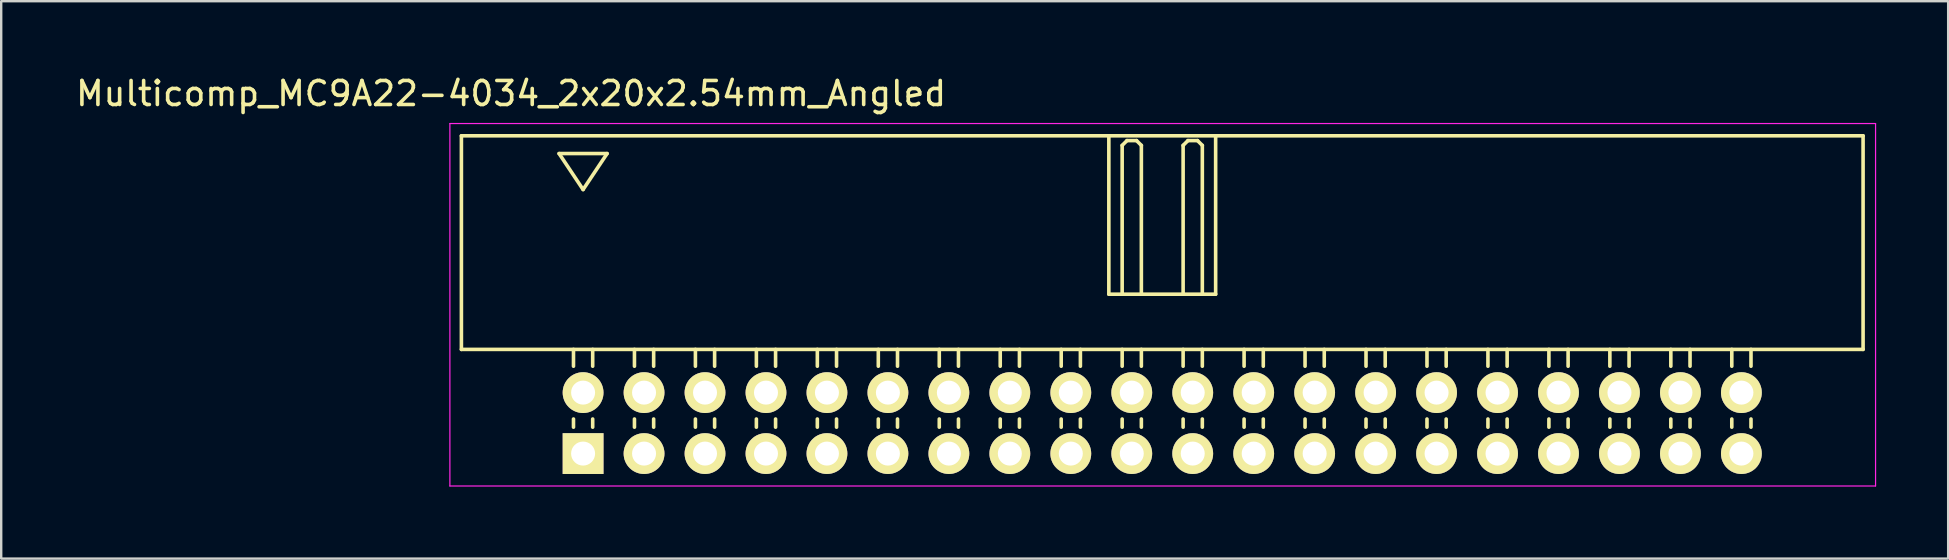
<source format=kicad_pcb>
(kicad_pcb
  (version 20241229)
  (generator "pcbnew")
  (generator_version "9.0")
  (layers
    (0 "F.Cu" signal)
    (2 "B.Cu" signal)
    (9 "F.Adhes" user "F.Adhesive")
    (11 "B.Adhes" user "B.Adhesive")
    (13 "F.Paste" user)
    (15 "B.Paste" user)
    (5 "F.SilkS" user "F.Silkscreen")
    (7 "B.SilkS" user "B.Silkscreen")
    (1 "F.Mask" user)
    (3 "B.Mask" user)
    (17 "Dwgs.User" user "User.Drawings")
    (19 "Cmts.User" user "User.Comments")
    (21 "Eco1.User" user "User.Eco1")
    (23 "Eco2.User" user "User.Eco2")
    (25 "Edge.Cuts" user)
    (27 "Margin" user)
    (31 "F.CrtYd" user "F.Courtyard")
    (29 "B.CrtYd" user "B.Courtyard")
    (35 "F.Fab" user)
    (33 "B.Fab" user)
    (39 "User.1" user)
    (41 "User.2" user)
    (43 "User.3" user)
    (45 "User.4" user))
  (footprint "Multicomp_MC9A22-4034_2x20x2.54mm_Angled"
    (layer "F.Cu")
    (at 21.244 15.848)
    (property "Reference" "Multicomp_MC9A22-4034_2x20x2.54mm_Angled" (at -3 -15 0) (layer "F.SilkS") (effects (font (size 1 1) (thickness 0.15))))
    (attr through_hole)
    (fp_line (start -5.07 -13.24) (end 53.33 -13.24) (stroke (width 0.15) (type solid)) (layer "F.SilkS"))
    (fp_line (start -5.07 -4.34) (end -5.07 -13.24) (stroke (width 0.15) (type solid)) (layer "F.SilkS"))
    (fp_line (start -1 -12.5) (end 1 -12.5) (stroke (width 0.15) (type solid)) (layer "F.SilkS"))
    (fp_line (start -0.4 -3.64) (end -0.4 -4.34) (stroke (width 0.15) (type solid)) (layer "F.SilkS"))
    (fp_line (start -0.4 -1.1) (end -0.4 -1.44) (stroke (width 0.15) (type solid)) (layer "F.SilkS"))
    (fp_line (start 0 -11) (end -1 -12.5) (stroke (width 0.15) (type solid)) (layer "F.SilkS"))
    (fp_line (start 0.4 -3.64) (end 0.4 -4.34) (stroke (width 0.15) (type solid)) (layer "F.SilkS"))
    (fp_line (start 0.4 -1.1) (end 0.4 -1.44) (stroke (width 0.15) (type solid)) (layer "F.SilkS"))
    (fp_line (start 1 -12.5) (end 0 -11) (stroke (width 0.15) (type solid)) (layer "F.SilkS"))
    (fp_line (start 2.14 -3.64) (end 2.14 -4.34) (stroke (width 0.15) (type solid)) (layer "F.SilkS"))
    (fp_line (start 2.14 -1.1) (end 2.14 -1.44) (stroke (width 0.15) (type solid)) (layer "F.SilkS"))
    (fp_line (start 2.94 -3.64) (end 2.94 -4.34) (stroke (width 0.15) (type solid)) (layer "F.SilkS"))
    (fp_line (start 2.94 -1.1) (end 2.94 -1.44) (stroke (width 0.15) (type solid)) (layer "F.SilkS"))
    (fp_line (start 4.68 -3.64) (end 4.68 -4.34) (stroke (width 0.15) (type solid)) (layer "F.SilkS"))
    (fp_line (start 4.68 -1.1) (end 4.68 -1.44) (stroke (width 0.15) (type solid)) (layer "F.SilkS"))
    (fp_line (start 5.48 -3.64) (end 5.48 -4.34) (stroke (width 0.15) (type solid)) (layer "F.SilkS"))
    (fp_line (start 5.48 -1.1) (end 5.48 -1.44) (stroke (width 0.15) (type solid)) (layer "F.SilkS"))
    (fp_line (start 7.22 -3.64) (end 7.22 -4.34) (stroke (width 0.15) (type solid)) (layer "F.SilkS"))
    (fp_line (start 7.22 -1.1) (end 7.22 -1.44) (stroke (width 0.15) (type solid)) (layer "F.SilkS"))
    (fp_line (start 8.02 -3.64) (end 8.02 -4.34) (stroke (width 0.15) (type solid)) (layer "F.SilkS"))
    (fp_line (start 8.02 -1.1) (end 8.02 -1.44) (stroke (width 0.15) (type solid)) (layer "F.SilkS"))
    (fp_line (start 9.76 -3.64) (end 9.76 -4.34) (stroke (width 0.15) (type solid)) (layer "F.SilkS"))
    (fp_line (start 9.76 -1.1) (end 9.76 -1.44) (stroke (width 0.15) (type solid)) (layer "F.SilkS"))
    (fp_line (start 10.56 -3.64) (end 10.56 -4.34) (stroke (width 0.15) (type solid)) (layer "F.SilkS"))
    (fp_line (start 10.56 -1.1) (end 10.56 -1.44) (stroke (width 0.15) (type solid)) (layer "F.SilkS"))
    (fp_line (start 12.3 -3.64) (end 12.3 -4.34) (stroke (width 0.15) (type solid)) (layer "F.SilkS"))
    (fp_line (start 12.3 -1.1) (end 12.3 -1.44) (stroke (width 0.15) (type solid)) (layer "F.SilkS"))
    (fp_line (start 13.1 -3.64) (end 13.1 -4.34) (stroke (width 0.15) (type solid)) (layer "F.SilkS"))
    (fp_line (start 13.1 -1.1) (end 13.1 -1.44) (stroke (width 0.15) (type solid)) (layer "F.SilkS"))
    (fp_line (start 14.84 -3.64) (end 14.84 -4.34) (stroke (width 0.15) (type solid)) (layer "F.SilkS"))
    (fp_line (start 14.84 -1.1) (end 14.84 -1.44) (stroke (width 0.15) (type solid)) (layer "F.SilkS"))
    (fp_line (start 15.64 -3.64) (end 15.64 -4.34) (stroke (width 0.15) (type solid)) (layer "F.SilkS"))
    (fp_line (start 15.64 -1.1) (end 15.64 -1.44) (stroke (width 0.15) (type solid)) (layer "F.SilkS"))
    (fp_line (start 17.38 -3.64) (end 17.38 -4.34) (stroke (width 0.15) (type solid)) (layer "F.SilkS"))
    (fp_line (start 17.38 -1.1) (end 17.38 -1.44) (stroke (width 0.15) (type solid)) (layer "F.SilkS"))
    (fp_line (start 18.18 -3.64) (end 18.18 -4.34) (stroke (width 0.15) (type solid)) (layer "F.SilkS"))
    (fp_line (start 18.18 -1.1) (end 18.18 -1.44) (stroke (width 0.15) (type solid)) (layer "F.SilkS"))
    (fp_line (start 19.92 -3.64) (end 19.92 -4.34) (stroke (width 0.15) (type solid)) (layer "F.SilkS"))
    (fp_line (start 19.92 -1.1) (end 19.92 -1.44) (stroke (width 0.15) (type solid)) (layer "F.SilkS"))
    (fp_line (start 20.72 -3.64) (end 20.72 -4.34) (stroke (width 0.15) (type solid)) (layer "F.SilkS"))
    (fp_line (start 20.72 -1.1) (end 20.72 -1.44) (stroke (width 0.15) (type solid)) (layer "F.SilkS"))
    (fp_line (start 21.905 -13.24) (end 21.905 -6.64) (stroke (width 0.15) (type solid)) (layer "F.SilkS"))
    (fp_line (start 21.905 -6.64) (end 26.355 -6.64) (stroke (width 0.15) (type solid)) (layer "F.SilkS"))
    (fp_line (start 22.46 -12.84) (end 22.66 -13.04) (stroke (width 0.15) (type solid)) (layer "F.SilkS"))
    (fp_line (start 22.46 -6.64) (end 22.46 -12.84) (stroke (width 0.15) (type solid)) (layer "F.SilkS"))
    (fp_line (start 22.46 -3.64) (end 22.46 -4.34) (stroke (width 0.15) (type solid)) (layer "F.SilkS"))
    (fp_line (start 22.46 -1.1) (end 22.46 -1.44) (stroke (width 0.15) (type solid)) (layer "F.SilkS"))
    (fp_line (start 22.66 -13.04) (end 23.06 -13.04) (stroke (width 0.15) (type solid)) (layer "F.SilkS"))
    (fp_line (start 23.06 -13.04) (end 23.26 -12.84) (stroke (width 0.15) (type solid)) (layer "F.SilkS"))
    (fp_line (start 23.26 -12.84) (end 23.26 -6.64) (stroke (width 0.15) (type solid)) (layer "F.SilkS"))
    (fp_line (start 23.26 -3.64) (end 23.26 -4.34) (stroke (width 0.15) (type solid)) (layer "F.SilkS"))
    (fp_line (start 23.26 -1.1) (end 23.26 -1.44) (stroke (width 0.15) (type solid)) (layer "F.SilkS"))
    (fp_line (start 25 -12.84) (end 25.2 -13.04) (stroke (width 0.15) (type solid)) (layer "F.SilkS"))
    (fp_line (start 25 -6.64) (end 25 -12.84) (stroke (width 0.15) (type solid)) (layer "F.SilkS"))
    (fp_line (start 25 -3.64) (end 25 -4.34) (stroke (width 0.15) (type solid)) (layer "F.SilkS"))
    (fp_line (start 25 -1.1) (end 25 -1.44) (stroke (width 0.15) (type solid)) (layer "F.SilkS"))
    (fp_line (start 25.2 -13.04) (end 25.6 -13.04) (stroke (width 0.15) (type solid)) (layer "F.SilkS"))
    (fp_line (start 25.6 -13.04) (end 25.8 -12.84) (stroke (width 0.15) (type solid)) (layer "F.SilkS"))
    (fp_line (start 25.8 -12.84) (end 25.8 -6.64) (stroke (width 0.15) (type solid)) (layer "F.SilkS"))
    (fp_line (start 25.8 -3.64) (end 25.8 -4.34) (stroke (width 0.15) (type solid)) (layer "F.SilkS"))
    (fp_line (start 25.8 -1.1) (end 25.8 -1.44) (stroke (width 0.15) (type solid)) (layer "F.SilkS"))
    (fp_line (start 26.355 -6.64) (end 26.355 -13.24) (stroke (width 0.15) (type solid)) (layer "F.SilkS"))
    (fp_line (start 27.54 -3.64) (end 27.54 -4.34) (stroke (width 0.15) (type solid)) (layer "F.SilkS"))
    (fp_line (start 27.54 -1.1) (end 27.54 -1.44) (stroke (width 0.15) (type solid)) (layer "F.SilkS"))
    (fp_line (start 28.34 -3.64) (end 28.34 -4.34) (stroke (width 0.15) (type solid)) (layer "F.SilkS"))
    (fp_line (start 28.34 -1.1) (end 28.34 -1.44) (stroke (width 0.15) (type solid)) (layer "F.SilkS"))
    (fp_line (start 30.08 -3.64) (end 30.08 -4.34) (stroke (width 0.15) (type solid)) (layer "F.SilkS"))
    (fp_line (start 30.08 -1.1) (end 30.08 -1.44) (stroke (width 0.15) (type solid)) (layer "F.SilkS"))
    (fp_line (start 30.88 -3.64) (end 30.88 -4.34) (stroke (width 0.15) (type solid)) (layer "F.SilkS"))
    (fp_line (start 30.88 -1.1) (end 30.88 -1.44) (stroke (width 0.15) (type solid)) (layer "F.SilkS"))
    (fp_line (start 32.62 -3.64) (end 32.62 -4.34) (stroke (width 0.15) (type solid)) (layer "F.SilkS"))
    (fp_line (start 32.62 -1.1) (end 32.62 -1.44) (stroke (width 0.15) (type solid)) (layer "F.SilkS"))
    (fp_line (start 33.42 -3.64) (end 33.42 -4.34) (stroke (width 0.15) (type solid)) (layer "F.SilkS"))
    (fp_line (start 33.42 -1.1) (end 33.42 -1.44) (stroke (width 0.15) (type solid)) (layer "F.SilkS"))
    (fp_line (start 35.16 -3.64) (end 35.16 -4.34) (stroke (width 0.15) (type solid)) (layer "F.SilkS"))
    (fp_line (start 35.16 -1.1) (end 35.16 -1.44) (stroke (width 0.15) (type solid)) (layer "F.SilkS"))
    (fp_line (start 35.96 -3.64) (end 35.96 -4.34) (stroke (width 0.15) (type solid)) (layer "F.SilkS"))
    (fp_line (start 35.96 -1.1) (end 35.96 -1.44) (stroke (width 0.15) (type solid)) (layer "F.SilkS"))
    (fp_line (start 37.7 -3.64) (end 37.7 -4.34) (stroke (width 0.15) (type solid)) (layer "F.SilkS"))
    (fp_line (start 37.7 -1.1) (end 37.7 -1.44) (stroke (width 0.15) (type solid)) (layer "F.SilkS"))
    (fp_line (start 38.5 -3.64) (end 38.5 -4.34) (stroke (width 0.15) (type solid)) (layer "F.SilkS"))
    (fp_line (start 38.5 -1.1) (end 38.5 -1.44) (stroke (width 0.15) (type solid)) (layer "F.SilkS"))
    (fp_line (start 40.24 -3.64) (end 40.24 -4.34) (stroke (width 0.15) (type solid)) (layer "F.SilkS"))
    (fp_line (start 40.24 -1.1) (end 40.24 -1.44) (stroke (width 0.15) (type solid)) (layer "F.SilkS"))
    (fp_line (start 41.04 -3.64) (end 41.04 -4.34) (stroke (width 0.15) (type solid)) (layer "F.SilkS"))
    (fp_line (start 41.04 -1.1) (end 41.04 -1.44) (stroke (width 0.15) (type solid)) (layer "F.SilkS"))
    (fp_line (start 42.78 -3.64) (end 42.78 -4.34) (stroke (width 0.15) (type solid)) (layer "F.SilkS"))
    (fp_line (start 42.78 -1.1) (end 42.78 -1.44) (stroke (width 0.15) (type solid)) (layer "F.SilkS"))
    (fp_line (start 43.58 -3.64) (end 43.58 -4.34) (stroke (width 0.15) (type solid)) (layer "F.SilkS"))
    (fp_line (start 43.58 -1.1) (end 43.58 -1.44) (stroke (width 0.15) (type solid)) (layer "F.SilkS"))
    (fp_line (start 45.32 -3.64) (end 45.32 -4.34) (stroke (width 0.15) (type solid)) (layer "F.SilkS"))
    (fp_line (start 45.32 -1.1) (end 45.32 -1.44) (stroke (width 0.15) (type solid)) (layer "F.SilkS"))
    (fp_line (start 46.12 -3.64) (end 46.12 -4.34) (stroke (width 0.15) (type solid)) (layer "F.SilkS"))
    (fp_line (start 46.12 -1.1) (end 46.12 -1.44) (stroke (width 0.15) (type solid)) (layer "F.SilkS"))
    (fp_line (start 47.86 -3.64) (end 47.86 -4.34) (stroke (width 0.15) (type solid)) (layer "F.SilkS"))
    (fp_line (start 47.86 -1.1) (end 47.86 -1.44) (stroke (width 0.15) (type solid)) (layer "F.SilkS"))
    (fp_line (start 48.66 -3.64) (end 48.66 -4.34) (stroke (width 0.15) (type solid)) (layer "F.SilkS"))
    (fp_line (start 48.66 -1.1) (end 48.66 -1.44) (stroke (width 0.15) (type solid)) (layer "F.SilkS"))
    (fp_line (start 53.33 -13.24) (end 53.33 -4.34) (stroke (width 0.15) (type solid)) (layer "F.SilkS"))
    (fp_line (start 53.33 -4.34) (end -5.07 -4.34) (stroke (width 0.15) (type solid)) (layer "F.SilkS"))
    (fp_line (start -5.55 -13.75) (end 53.85 -13.75) (stroke (width 0.05) (type solid)) (layer "F.CrtYd"))
    (fp_line (start -5.55 1.35) (end -5.55 -13.75) (stroke (width 0.05) (type solid)) (layer "F.CrtYd"))
    (fp_line (start 53.85 -13.75) (end 53.85 1.35) (stroke (width 0.05) (type solid)) (layer "F.CrtYd"))
    (fp_line (start 53.85 1.35) (end -5.55 1.35) (stroke (width 0.05) (type solid)) (layer "F.CrtYd"))
    (pad "1" thru_hole rect (at 0 0) (size 1.7 1.7) (drill 1) (layers "*.Cu" "*.Mask" "F.SilkS"))
    (pad "2" thru_hole circle (at 0 -2.54) (size 1.7 1.7) (drill 1) (layers "*.Cu" "*.Mask" "F.SilkS"))
    (pad "3" thru_hole circle (at 2.54 0) (size 1.7 1.7) (drill 1) (layers "*.Cu" "*.Mask" "F.SilkS"))
    (pad "4" thru_hole circle (at 2.54 -2.54) (size 1.7 1.7) (drill 1) (layers "*.Cu" "*.Mask" "F.SilkS"))
    (pad "5" thru_hole circle (at 5.08 0) (size 1.7 1.7) (drill 1) (layers "*.Cu" "*.Mask" "F.SilkS"))
    (pad "6" thru_hole circle (at 5.08 -2.54) (size 1.7 1.7) (drill 1) (layers "*.Cu" "*.Mask" "F.SilkS"))
    (pad "7" thru_hole circle (at 7.62 0) (size 1.7 1.7) (drill 1) (layers "*.Cu" "*.Mask" "F.SilkS"))
    (pad "8" thru_hole circle (at 7.62 -2.54) (size 1.7 1.7) (drill 1) (layers "*.Cu" "*.Mask" "F.SilkS"))
    (pad "9" thru_hole circle (at 10.16 0) (size 1.7 1.7) (drill 1) (layers "*.Cu" "*.Mask" "F.SilkS"))
    (pad "10" thru_hole circle (at 10.16 -2.54) (size 1.7 1.7) (drill 1) (layers "*.Cu" "*.Mask" "F.SilkS"))
    (pad "11" thru_hole circle (at 12.7 0) (size 1.7 1.7) (drill 1) (layers "*.Cu" "*.Mask" "F.SilkS"))
    (pad "12" thru_hole circle (at 12.7 -2.54) (size 1.7 1.7) (drill 1) (layers "*.Cu" "*.Mask" "F.SilkS"))
    (pad "13" thru_hole circle (at 15.24 0) (size 1.7 1.7) (drill 1) (layers "*.Cu" "*.Mask" "F.SilkS"))
    (pad "14" thru_hole circle (at 15.24 -2.54) (size 1.7 1.7) (drill 1) (layers "*.Cu" "*.Mask" "F.SilkS"))
    (pad "15" thru_hole circle (at 17.78 0) (size 1.7 1.7) (drill 1) (layers "*.Cu" "*.Mask" "F.SilkS"))
    (pad "16" thru_hole circle (at 17.78 -2.54) (size 1.7 1.7) (drill 1) (layers "*.Cu" "*.Mask" "F.SilkS"))
    (pad "17" thru_hole circle (at 20.32 0) (size 1.7 1.7) (drill 1) (layers "*.Cu" "*.Mask" "F.SilkS"))
    (pad "18" thru_hole circle (at 20.32 -2.54) (size 1.7 1.7) (drill 1) (layers "*.Cu" "*.Mask" "F.SilkS"))
    (pad "19" thru_hole circle (at 22.86 0) (size 1.7 1.7) (drill 1) (layers "*.Cu" "*.Mask" "F.SilkS"))
    (pad "20" thru_hole circle (at 22.86 -2.54) (size 1.7 1.7) (drill 1) (layers "*.Cu" "*.Mask" "F.SilkS"))
    (pad "21" thru_hole circle (at 25.4 0) (size 1.7 1.7) (drill 1) (layers "*.Cu" "*.Mask" "F.SilkS"))
    (pad "22" thru_hole circle (at 25.4 -2.54) (size 1.7 1.7) (drill 1) (layers "*.Cu" "*.Mask" "F.SilkS"))
    (pad "23" thru_hole circle (at 27.94 0) (size 1.7 1.7) (drill 1) (layers "*.Cu" "*.Mask" "F.SilkS"))
    (pad "24" thru_hole circle (at 27.94 -2.54) (size 1.7 1.7) (drill 1) (layers "*.Cu" "*.Mask" "F.SilkS"))
    (pad "25" thru_hole circle (at 30.48 0) (size 1.7 1.7) (drill 1) (layers "*.Cu" "*.Mask" "F.SilkS"))
    (pad "26" thru_hole circle (at 30.48 -2.54) (size 1.7 1.7) (drill 1) (layers "*.Cu" "*.Mask" "F.SilkS"))
    (pad "27" thru_hole circle (at 33.02 0) (size 1.7 1.7) (drill 1) (layers "*.Cu" "*.Mask" "F.SilkS"))
    (pad "28" thru_hole circle (at 33.02 -2.54) (size 1.7 1.7) (drill 1) (layers "*.Cu" "*.Mask" "F.SilkS"))
    (pad "29" thru_hole circle (at 35.56 0) (size 1.7 1.7) (drill 1) (layers "*.Cu" "*.Mask" "F.SilkS"))
    (pad "30" thru_hole circle (at 35.56 -2.54) (size 1.7 1.7) (drill 1) (layers "*.Cu" "*.Mask" "F.SilkS"))
    (pad "31" thru_hole circle (at 38.1 0) (size 1.7 1.7) (drill 1) (layers "*.Cu" "*.Mask" "F.SilkS"))
    (pad "32" thru_hole circle (at 38.1 -2.54) (size 1.7 1.7) (drill 1) (layers "*.Cu" "*.Mask" "F.SilkS"))
    (pad "33" thru_hole circle (at 40.64 0) (size 1.7 1.7) (drill 1) (layers "*.Cu" "*.Mask" "F.SilkS"))
    (pad "34" thru_hole circle (at 40.64 -2.54) (size 1.7 1.7) (drill 1) (layers "*.Cu" "*.Mask" "F.SilkS"))
    (pad "35" thru_hole circle (at 43.18 0) (size 1.7 1.7) (drill 1) (layers "*.Cu" "*.Mask" "F.SilkS"))
    (pad "36" thru_hole circle (at 43.18 -2.54) (size 1.7 1.7) (drill 1) (layers "*.Cu" "*.Mask" "F.SilkS"))
    (pad "37" thru_hole circle (at 45.72 0) (size 1.7 1.7) (drill 1) (layers "*.Cu" "*.Mask" "F.SilkS"))
    (pad "38" thru_hole circle (at 45.72 -2.54) (size 1.7 1.7) (drill 1) (layers "*.Cu" "*.Mask" "F.SilkS"))
    (pad "39" thru_hole circle (at 48.26 0) (size 1.7 1.7) (drill 1) (layers "*.Cu" "*.Mask" "F.SilkS"))
    (pad "40" thru_hole circle (at 48.26 -2.54) (size 1.7 1.7) (drill 1) (layers "*.Cu" "*.Mask" "F.SilkS")))
  (gr_rect
    (start -3 -3)
    (end 78.119 20.223)
    (stroke (width 0.1) (type default))
    (fill no)
    (layer "Edge.Cuts")))
</source>
